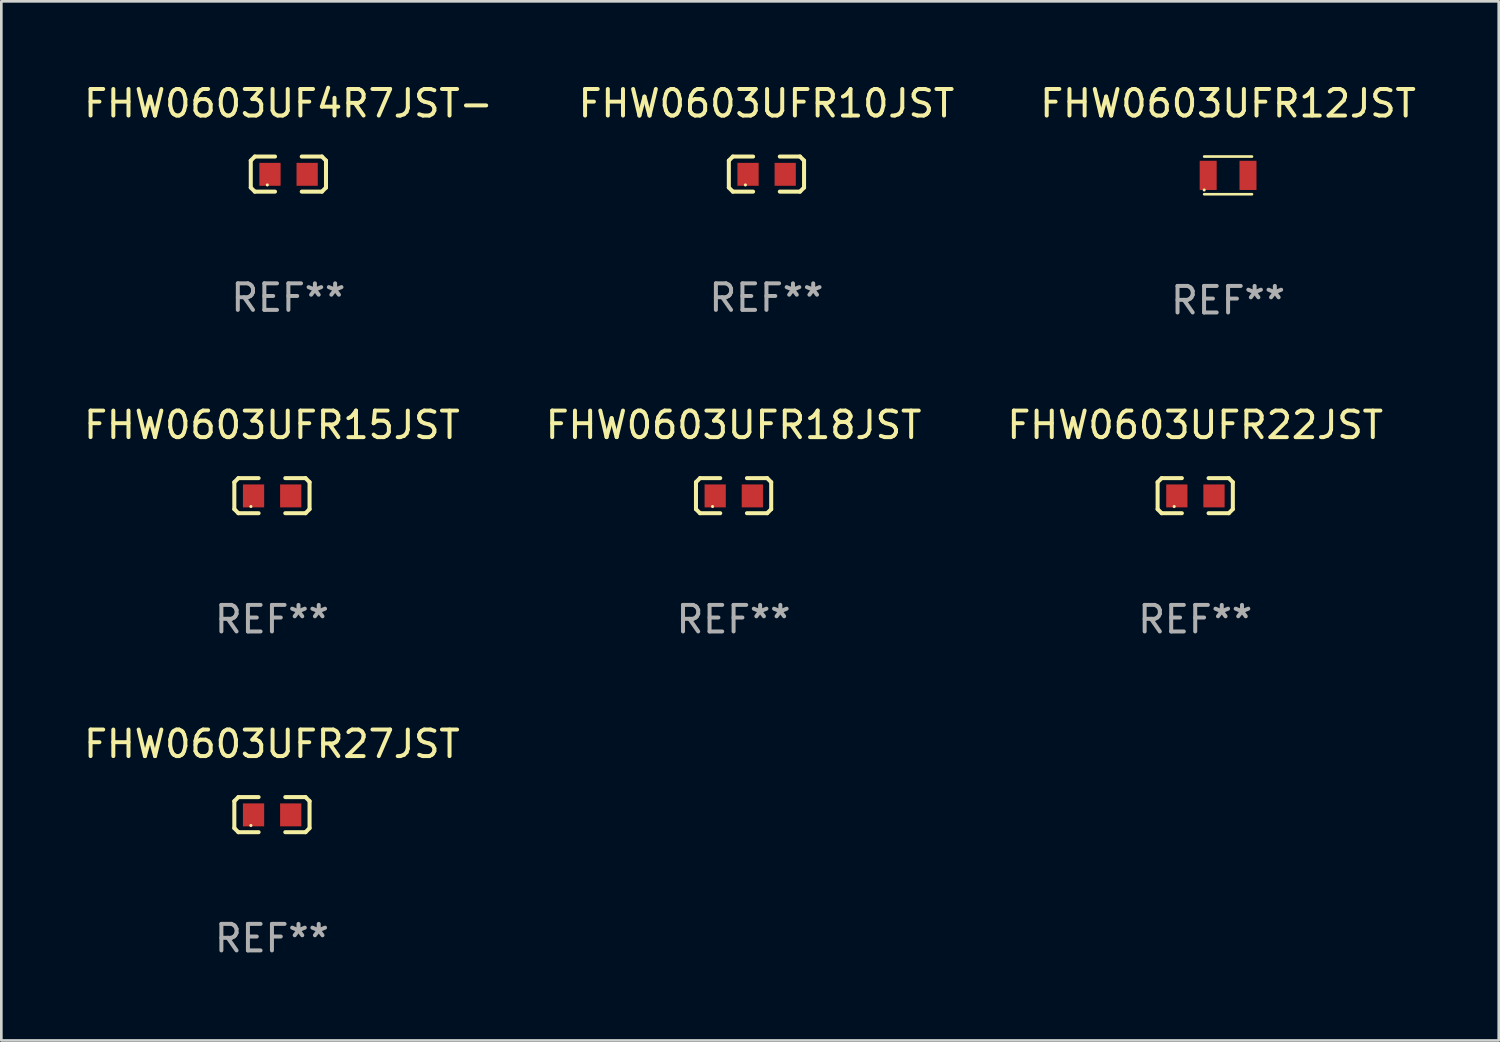
<source format=kicad_pcb>
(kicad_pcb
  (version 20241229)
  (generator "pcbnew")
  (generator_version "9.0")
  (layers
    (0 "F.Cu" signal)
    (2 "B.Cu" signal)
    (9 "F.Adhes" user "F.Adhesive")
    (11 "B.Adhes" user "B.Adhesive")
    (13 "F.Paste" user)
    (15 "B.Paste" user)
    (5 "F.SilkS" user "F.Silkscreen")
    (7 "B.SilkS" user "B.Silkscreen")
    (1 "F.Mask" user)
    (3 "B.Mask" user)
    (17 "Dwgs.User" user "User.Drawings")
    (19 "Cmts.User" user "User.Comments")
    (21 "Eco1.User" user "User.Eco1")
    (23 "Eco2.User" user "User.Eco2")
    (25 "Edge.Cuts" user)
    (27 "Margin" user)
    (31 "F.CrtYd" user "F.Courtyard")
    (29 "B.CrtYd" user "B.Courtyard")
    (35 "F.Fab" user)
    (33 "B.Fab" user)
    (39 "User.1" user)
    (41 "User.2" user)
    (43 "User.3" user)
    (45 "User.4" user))
  (footprint "FHW0603UFR27JST"
    (layer "F.Cu")
    (at 7.196 27.643)
    (property "Reference" "FHW0603UFR27JST" (at 0 -2.661 0) (layer "F.SilkS") (effects (font (size 1 1) (thickness 0.15))))
    (attr through_hole)
    (fp_line (start -1.417 -0.508) (end -1.265 -0.661) (stroke (width 0.152) (type solid)) (layer "F.SilkS"))
    (fp_line (start -1.417 0.508) (end -1.417 -0.508) (stroke (width 0.152) (type solid)) (layer "F.SilkS"))
    (fp_line (start -1.265 -0.661) (end -0.503 -0.661) (stroke (width 0.152) (type solid)) (layer "F.SilkS"))
    (fp_line (start -1.265 0.661) (end -1.417 0.508) (stroke (width 0.152) (type solid)) (layer "F.SilkS"))
    (fp_line (start -1.265 0.661) (end -0.503 0.661) (stroke (width 0.152) (type solid)) (layer "F.SilkS"))
    (fp_line (start 1.265 -0.661) (end 0.503 -0.661) (stroke (width 0.152) (type solid)) (layer "F.SilkS"))
    (fp_line (start 1.265 -0.661) (end 1.417 -0.508) (stroke (width 0.152) (type solid)) (layer "F.SilkS"))
    (fp_line (start 1.265 0.661) (end 0.503 0.661) (stroke (width 0.152) (type solid)) (layer "F.SilkS"))
    (fp_line (start 1.417 -0.508) (end 1.417 0.508) (stroke (width 0.152) (type solid)) (layer "F.SilkS"))
    (fp_line (start 1.417 0.508) (end 1.265 0.661) (stroke (width 0.152) (type solid)) (layer "F.SilkS"))
    (fp_circle (center -0.793 0.409) (end -0.763 0.409) (stroke (width 0.06) (type solid)) (fill no) (layer "F.SilkS"))
    (fp_text user "REF**" (at 0 4.661 0) (layer "F.Fab") (effects (font (size 1 1) (thickness 0.15))))
    (pad "1" smd rect (at -0.693 0.009 180) (size 0.8 0.864) (layers "F.Cu" "F.Mask" "F.Paste"))
    (pad "2" smd rect (at 0.707 0.009 180) (size 0.8 0.864) (layers "F.Cu" "F.Mask" "F.Paste")))
  (footprint "FHW0603UFR10JST"
    (layer "F.Cu")
    (at 25.827 3.509)
    (property "Reference" "FHW0603UFR10JST" (at 0 -2.661 0) (layer "F.SilkS") (effects (font (size 1 1) (thickness 0.15))))
    (attr through_hole)
    (fp_line (start -1.417 -0.508) (end -1.265 -0.661) (stroke (width 0.152) (type solid)) (layer "F.SilkS"))
    (fp_line (start -1.417 0.508) (end -1.417 -0.508) (stroke (width 0.152) (type solid)) (layer "F.SilkS"))
    (fp_line (start -1.265 -0.661) (end -0.503 -0.661) (stroke (width 0.152) (type solid)) (layer "F.SilkS"))
    (fp_line (start -1.265 0.661) (end -1.417 0.508) (stroke (width 0.152) (type solid)) (layer "F.SilkS"))
    (fp_line (start -1.265 0.661) (end -0.503 0.661) (stroke (width 0.152) (type solid)) (layer "F.SilkS"))
    (fp_line (start 1.265 -0.661) (end 0.503 -0.661) (stroke (width 0.152) (type solid)) (layer "F.SilkS"))
    (fp_line (start 1.265 -0.661) (end 1.417 -0.508) (stroke (width 0.152) (type solid)) (layer "F.SilkS"))
    (fp_line (start 1.265 0.661) (end 0.503 0.661) (stroke (width 0.152) (type solid)) (layer "F.SilkS"))
    (fp_line (start 1.417 -0.508) (end 1.417 0.508) (stroke (width 0.152) (type solid)) (layer "F.SilkS"))
    (fp_line (start 1.417 0.508) (end 1.265 0.661) (stroke (width 0.152) (type solid)) (layer "F.SilkS"))
    (fp_circle (center -0.793 0.409) (end -0.763 0.409) (stroke (width 0.06) (type solid)) (fill no) (layer "F.SilkS"))
    (fp_text user "REF**" (at 0 4.661 0) (layer "F.Fab") (effects (font (size 1 1) (thickness 0.15))))
    (pad "1" smd rect (at -0.693 0.009 180) (size 0.8 0.864) (layers "F.Cu" "F.Mask" "F.Paste"))
    (pad "2" smd rect (at 0.707 0.009 180) (size 0.8 0.864) (layers "F.Cu" "F.Mask" "F.Paste")))
  (footprint "FHW0603UFR15JST"
    (layer "F.Cu")
    (at 7.196 15.625)
    (property "Reference" "FHW0603UFR15JST" (at 0 -2.661 0) (layer "F.SilkS") (effects (font (size 1 1) (thickness 0.15))))
    (attr through_hole)
    (fp_line (start -1.417 -0.508) (end -1.265 -0.661) (stroke (width 0.152) (type solid)) (layer "F.SilkS"))
    (fp_line (start -1.417 0.508) (end -1.417 -0.508) (stroke (width 0.152) (type solid)) (layer "F.SilkS"))
    (fp_line (start -1.265 -0.661) (end -0.503 -0.661) (stroke (width 0.152) (type solid)) (layer "F.SilkS"))
    (fp_line (start -1.265 0.661) (end -1.417 0.508) (stroke (width 0.152) (type solid)) (layer "F.SilkS"))
    (fp_line (start -1.265 0.661) (end -0.503 0.661) (stroke (width 0.152) (type solid)) (layer "F.SilkS"))
    (fp_line (start 1.265 -0.661) (end 0.503 -0.661) (stroke (width 0.152) (type solid)) (layer "F.SilkS"))
    (fp_line (start 1.265 -0.661) (end 1.417 -0.508) (stroke (width 0.152) (type solid)) (layer "F.SilkS"))
    (fp_line (start 1.265 0.661) (end 0.503 0.661) (stroke (width 0.152) (type solid)) (layer "F.SilkS"))
    (fp_line (start 1.417 -0.508) (end 1.417 0.508) (stroke (width 0.152) (type solid)) (layer "F.SilkS"))
    (fp_line (start 1.417 0.508) (end 1.265 0.661) (stroke (width 0.152) (type solid)) (layer "F.SilkS"))
    (fp_circle (center -0.793 0.409) (end -0.763 0.409) (stroke (width 0.06) (type solid)) (fill no) (layer "F.SilkS"))
    (fp_text user "REF**" (at 0 4.661 0) (layer "F.Fab") (effects (font (size 1 1) (thickness 0.15))))
    (pad "1" smd rect (at -0.693 0.009 180) (size 0.8 0.864) (layers "F.Cu" "F.Mask" "F.Paste"))
    (pad "2" smd rect (at 0.707 0.009 180) (size 0.8 0.864) (layers "F.Cu" "F.Mask" "F.Paste")))
  (footprint "FHW0603UFR18JST"
    (layer "F.Cu")
    (at 24.589 15.625)
    (property "Reference" "FHW0603UFR18JST" (at 0 -2.661 0) (layer "F.SilkS") (effects (font (size 1 1) (thickness 0.15))))
    (attr through_hole)
    (fp_line (start -1.417 -0.508) (end -1.265 -0.661) (stroke (width 0.152) (type solid)) (layer "F.SilkS"))
    (fp_line (start -1.417 0.508) (end -1.417 -0.508) (stroke (width 0.152) (type solid)) (layer "F.SilkS"))
    (fp_line (start -1.265 -0.661) (end -0.503 -0.661) (stroke (width 0.152) (type solid)) (layer "F.SilkS"))
    (fp_line (start -1.265 0.661) (end -1.417 0.508) (stroke (width 0.152) (type solid)) (layer "F.SilkS"))
    (fp_line (start -1.265 0.661) (end -0.503 0.661) (stroke (width 0.152) (type solid)) (layer "F.SilkS"))
    (fp_line (start 1.265 -0.661) (end 0.503 -0.661) (stroke (width 0.152) (type solid)) (layer "F.SilkS"))
    (fp_line (start 1.265 -0.661) (end 1.417 -0.508) (stroke (width 0.152) (type solid)) (layer "F.SilkS"))
    (fp_line (start 1.265 0.661) (end 0.503 0.661) (stroke (width 0.152) (type solid)) (layer "F.SilkS"))
    (fp_line (start 1.417 -0.508) (end 1.417 0.508) (stroke (width 0.152) (type solid)) (layer "F.SilkS"))
    (fp_line (start 1.417 0.508) (end 1.265 0.661) (stroke (width 0.152) (type solid)) (layer "F.SilkS"))
    (fp_circle (center -0.793 0.409) (end -0.763 0.409) (stroke (width 0.06) (type solid)) (fill no) (layer "F.SilkS"))
    (fp_text user "REF**" (at 0 4.661 0) (layer "F.Fab") (effects (font (size 1 1) (thickness 0.15))))
    (pad "1" smd rect (at -0.693 0.009 180) (size 0.8 0.864) (layers "F.Cu" "F.Mask" "F.Paste"))
    (pad "2" smd rect (at 0.707 0.009 180) (size 0.8 0.864) (layers "F.Cu" "F.Mask" "F.Paste")))
  (footprint "FHW0603UFR12JST"
    (layer "F.Cu")
    (at 43.22 3.558)
    (property "Reference" "FHW0603UFR12JST" (at 0 -2.71 0) (layer "F.SilkS") (effects (font (size 1 1) (thickness 0.15))))
    (attr through_hole)
    (fp_line (start -0.9 -0.71) (end 0.9 -0.71) (stroke (width 0.1) (type solid)) (layer "F.SilkS"))
    (fp_line (start 0.9 0.71) (end -0.9 0.71) (stroke (width 0.1) (type solid)) (layer "F.SilkS"))
    (fp_circle (center -0.9 0.55) (end -0.87 0.55) (stroke (width 0.06) (type solid)) (fill no) (layer "F.SilkS"))
    (fp_text user "REF**" (at 0 4.71 0) (layer "F.Fab") (effects (font (size 1 1) (thickness 0.15))))
    (pad "1" smd rect (at -0.75 0) (size 0.64 1.1) (layers "F.Cu" "F.Mask" "F.Paste"))
    (pad "2" smd rect (at 0.75 0) (size 0.64 1.1) (layers "F.Cu" "F.Mask" "F.Paste")))
  (footprint "FHW0603UFR22JST"
    (layer "F.Cu")
    (at 41.982 15.625)
    (property "Reference" "FHW0603UFR22JST" (at 0 -2.661 0) (layer "F.SilkS") (effects (font (size 1 1) (thickness 0.15))))
    (attr through_hole)
    (fp_line (start -1.417 -0.508) (end -1.265 -0.661) (stroke (width 0.152) (type solid)) (layer "F.SilkS"))
    (fp_line (start -1.417 0.508) (end -1.417 -0.508) (stroke (width 0.152) (type solid)) (layer "F.SilkS"))
    (fp_line (start -1.265 -0.661) (end -0.503 -0.661) (stroke (width 0.152) (type solid)) (layer "F.SilkS"))
    (fp_line (start -1.265 0.661) (end -1.417 0.508) (stroke (width 0.152) (type solid)) (layer "F.SilkS"))
    (fp_line (start -1.265 0.661) (end -0.503 0.661) (stroke (width 0.152) (type solid)) (layer "F.SilkS"))
    (fp_line (start 1.265 -0.661) (end 0.503 -0.661) (stroke (width 0.152) (type solid)) (layer "F.SilkS"))
    (fp_line (start 1.265 -0.661) (end 1.417 -0.508) (stroke (width 0.152) (type solid)) (layer "F.SilkS"))
    (fp_line (start 1.265 0.661) (end 0.503 0.661) (stroke (width 0.152) (type solid)) (layer "F.SilkS"))
    (fp_line (start 1.417 -0.508) (end 1.417 0.508) (stroke (width 0.152) (type solid)) (layer "F.SilkS"))
    (fp_line (start 1.417 0.508) (end 1.265 0.661) (stroke (width 0.152) (type solid)) (layer "F.SilkS"))
    (fp_circle (center -0.793 0.409) (end -0.763 0.409) (stroke (width 0.06) (type solid)) (fill no) (layer "F.SilkS"))
    (fp_text user "REF**" (at 0 4.661 0) (layer "F.Fab") (effects (font (size 1 1) (thickness 0.15))))
    (pad "1" smd rect (at -0.693 0.009 180) (size 0.8 0.864) (layers "F.Cu" "F.Mask" "F.Paste"))
    (pad "2" smd rect (at 0.707 0.009 180) (size 0.8 0.864) (layers "F.Cu" "F.Mask" "F.Paste")))
  (footprint "FHW0603UF4R7JST-"
    (layer "F.Cu")
    (at 7.815 3.509)
    (property "Reference" "FHW0603UF4R7JST-" (at 0 -2.661 0) (layer "F.SilkS") (effects (font (size 1 1) (thickness 0.15))))
    (attr through_hole)
    (fp_line (start -1.417 -0.508) (end -1.265 -0.661) (stroke (width 0.152) (type solid)) (layer "F.SilkS"))
    (fp_line (start -1.417 0.508) (end -1.417 -0.508) (stroke (width 0.152) (type solid)) (layer "F.SilkS"))
    (fp_line (start -1.265 -0.661) (end -0.503 -0.661) (stroke (width 0.152) (type solid)) (layer "F.SilkS"))
    (fp_line (start -1.265 0.661) (end -1.417 0.508) (stroke (width 0.152) (type solid)) (layer "F.SilkS"))
    (fp_line (start -1.265 0.661) (end -0.503 0.661) (stroke (width 0.152) (type solid)) (layer "F.SilkS"))
    (fp_line (start 1.265 -0.661) (end 0.503 -0.661) (stroke (width 0.152) (type solid)) (layer "F.SilkS"))
    (fp_line (start 1.265 -0.661) (end 1.417 -0.508) (stroke (width 0.152) (type solid)) (layer "F.SilkS"))
    (fp_line (start 1.265 0.661) (end 0.503 0.661) (stroke (width 0.152) (type solid)) (layer "F.SilkS"))
    (fp_line (start 1.417 -0.508) (end 1.417 0.508) (stroke (width 0.152) (type solid)) (layer "F.SilkS"))
    (fp_line (start 1.417 0.508) (end 1.265 0.661) (stroke (width 0.152) (type solid)) (layer "F.SilkS"))
    (fp_circle (center -0.793 0.409) (end -0.763 0.409) (stroke (width 0.06) (type solid)) (fill no) (layer "F.SilkS"))
    (fp_text user "REF**" (at 0 4.661 0) (layer "F.Fab") (effects (font (size 1 1) (thickness 0.15))))
    (pad "1" smd rect (at -0.693 0.009 180) (size 0.8 0.864) (layers "F.Cu" "F.Mask" "F.Paste"))
    (pad "2" smd rect (at 0.707 0.009 180) (size 0.8 0.864) (layers "F.Cu" "F.Mask" "F.Paste")))
  (gr_rect
    (start -3 -3)
    (end 53.417 36.152)
    (stroke (width 0.1) (type default))
    (fill no)
    (layer "Edge.Cuts")))
</source>
